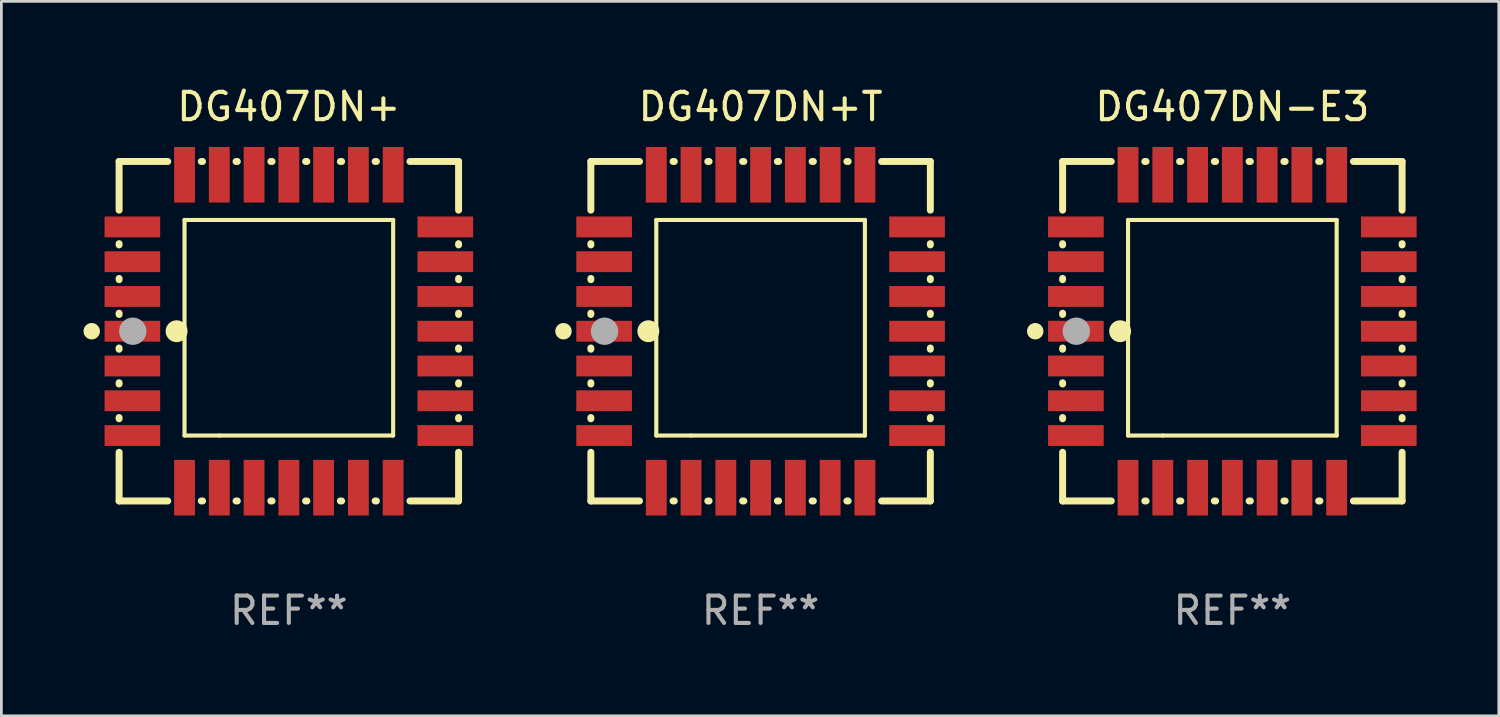
<source format=kicad_pcb>
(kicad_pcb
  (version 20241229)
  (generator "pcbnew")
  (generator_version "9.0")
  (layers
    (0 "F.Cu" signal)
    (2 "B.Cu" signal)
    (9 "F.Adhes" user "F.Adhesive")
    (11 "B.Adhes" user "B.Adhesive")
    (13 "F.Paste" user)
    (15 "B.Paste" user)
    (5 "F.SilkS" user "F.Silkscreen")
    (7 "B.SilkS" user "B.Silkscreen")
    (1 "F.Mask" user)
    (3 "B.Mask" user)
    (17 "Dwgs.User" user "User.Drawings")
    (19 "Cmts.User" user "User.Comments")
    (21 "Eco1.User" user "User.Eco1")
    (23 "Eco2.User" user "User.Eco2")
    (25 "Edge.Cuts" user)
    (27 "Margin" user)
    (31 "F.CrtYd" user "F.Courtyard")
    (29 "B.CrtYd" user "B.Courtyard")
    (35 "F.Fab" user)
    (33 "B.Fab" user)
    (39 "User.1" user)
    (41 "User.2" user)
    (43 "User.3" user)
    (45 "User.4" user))
  (footprint "DG407DN+T"
    (layer "F.Cu")
    (at 24.731 9.048)
    (property "Reference" "DG407DN+T" (at 0 -8.2 0) (layer "F.SilkS") (effects (font (size 1 1) (thickness 0.15))))
    (attr through_hole)
    (fp_line (start -6.2 -6.2) (end -4.422 -6.2) (stroke (width 0.254) (type solid)) (layer "F.SilkS"))
    (fp_line (start -6.2 -4.422) (end -6.2 -6.2) (stroke (width 0.254) (type solid)) (layer "F.SilkS"))
    (fp_line (start -6.2 -3.152) (end -6.2 -3.198) (stroke (width 0.254) (type solid)) (layer "F.SilkS"))
    (fp_line (start -6.2 -1.882) (end -6.2 -1.928) (stroke (width 0.254) (type solid)) (layer "F.SilkS"))
    (fp_line (start -6.2 -0.612) (end -6.2 -0.658) (stroke (width 0.254) (type solid)) (layer "F.SilkS"))
    (fp_line (start -6.2 0.658) (end -6.2 0.612) (stroke (width 0.254) (type solid)) (layer "F.SilkS"))
    (fp_line (start -6.2 1.928) (end -6.2 1.882) (stroke (width 0.254) (type solid)) (layer "F.SilkS"))
    (fp_line (start -6.2 3.198) (end -6.2 3.152) (stroke (width 0.254) (type solid)) (layer "F.SilkS"))
    (fp_line (start -6.2 6.2) (end -6.2 4.422) (stroke (width 0.254) (type solid)) (layer "F.SilkS"))
    (fp_line (start -4.422 6.2) (end -6.2 6.2) (stroke (width 0.254) (type solid)) (layer "F.SilkS"))
    (fp_line (start -3.81 -4.064) (end 3.81 -4.064) (stroke (width 0.15) (type solid)) (layer "F.SilkS"))
    (fp_line (start -3.81 3.81) (end -3.81 -4.064) (stroke (width 0.15) (type solid)) (layer "F.SilkS"))
    (fp_line (start -3.198 -6.2) (end -3.152 -6.2) (stroke (width 0.254) (type solid)) (layer "F.SilkS"))
    (fp_line (start -3.152 6.2) (end -3.198 6.2) (stroke (width 0.254) (type solid)) (layer "F.SilkS"))
    (fp_line (start -2.54 3.81) (end -3.81 3.81) (stroke (width 0.15) (type solid)) (layer "F.SilkS"))
    (fp_line (start -1.928 -6.2) (end -1.882 -6.2) (stroke (width 0.254) (type solid)) (layer "F.SilkS"))
    (fp_line (start -1.882 6.2) (end -1.928 6.2) (stroke (width 0.254) (type solid)) (layer "F.SilkS"))
    (fp_line (start -0.658 -6.2) (end -0.612 -6.2) (stroke (width 0.254) (type solid)) (layer "F.SilkS"))
    (fp_line (start -0.612 6.2) (end -0.658 6.2) (stroke (width 0.254) (type solid)) (layer "F.SilkS"))
    (fp_line (start 0.612 -6.2) (end 0.658 -6.2) (stroke (width 0.254) (type solid)) (layer "F.SilkS"))
    (fp_line (start 0.658 6.2) (end 0.612 6.2) (stroke (width 0.254) (type solid)) (layer "F.SilkS"))
    (fp_line (start 1.882 -6.2) (end 1.928 -6.2) (stroke (width 0.254) (type solid)) (layer "F.SilkS"))
    (fp_line (start 1.928 6.2) (end 1.882 6.2) (stroke (width 0.254) (type solid)) (layer "F.SilkS"))
    (fp_line (start 3.152 -6.2) (end 3.198 -6.2) (stroke (width 0.254) (type solid)) (layer "F.SilkS"))
    (fp_line (start 3.198 6.2) (end 3.152 6.2) (stroke (width 0.254) (type solid)) (layer "F.SilkS"))
    (fp_line (start 3.81 -4.064) (end 3.81 3.81) (stroke (width 0.15) (type solid)) (layer "F.SilkS"))
    (fp_line (start 3.81 3.81) (end -2.54 3.81) (stroke (width 0.15) (type solid)) (layer "F.SilkS"))
    (fp_line (start 4.422 -6.2) (end 6.2 -6.2) (stroke (width 0.254) (type solid)) (layer "F.SilkS"))
    (fp_line (start 6.2 -6.2) (end 6.2 -4.422) (stroke (width 0.254) (type solid)) (layer "F.SilkS"))
    (fp_line (start 6.2 -3.198) (end 6.2 -3.152) (stroke (width 0.254) (type solid)) (layer "F.SilkS"))
    (fp_line (start 6.2 -1.928) (end 6.2 -1.882) (stroke (width 0.254) (type solid)) (layer "F.SilkS"))
    (fp_line (start 6.2 -0.658) (end 6.2 -0.612) (stroke (width 0.254) (type solid)) (layer "F.SilkS"))
    (fp_line (start 6.2 0.612) (end 6.2 0.658) (stroke (width 0.254) (type solid)) (layer "F.SilkS"))
    (fp_line (start 6.2 1.882) (end 6.2 1.928) (stroke (width 0.254) (type solid)) (layer "F.SilkS"))
    (fp_line (start 6.2 3.152) (end 6.2 3.198) (stroke (width 0.254) (type solid)) (layer "F.SilkS"))
    (fp_line (start 6.2 4.422) (end 6.2 6.2) (stroke (width 0.254) (type solid)) (layer "F.SilkS"))
    (fp_line (start 6.2 6.2) (end 4.422 6.2) (stroke (width 0.254) (type solid)) (layer "F.SilkS"))
    (fp_circle (center -7.2 0) (end -7.05 0) (stroke (width 0.3) (type solid)) (fill no) (layer "F.SilkS"))
    (fp_circle (center -6.223 6.223) (end -6.193 6.223) (stroke (width 0.06) (type solid)) (fill no) (layer "F.SilkS"))
    (fp_circle (center -4.1 0) (end -3.9 0) (stroke (width 0.4) (type solid)) (fill no) (layer "F.SilkS"))
    (fp_circle (center -5.7 0) (end -5.45 0) (stroke (width 0.5) (type solid)) (fill no) (layer "F.Fab"))
    (fp_text user "REF**" (at 0 10.2 0) (layer "F.Fab") (effects (font (size 1 1) (thickness 0.15))))
    (pad "1" smd rect (at -5.715 0) (size 2.032 0.762) (layers "F.Cu" "F.Mask" "F.Paste"))
    (pad "2" smd rect (at -5.715 1.27) (size 2.032 0.762) (layers "F.Cu" "F.Mask" "F.Paste"))
    (pad "3" smd rect (at -5.715 2.54) (size 2.032 0.762) (layers "F.Cu" "F.Mask" "F.Paste"))
    (pad "4" smd rect (at -5.715 3.81) (size 2.032 0.762) (layers "F.Cu" "F.Mask" "F.Paste"))
    (pad "5" smd rect (at -3.81 5.715) (size 0.762 2.032) (layers "F.Cu" "F.Mask" "F.Paste"))
    (pad "6" smd rect (at -2.54 5.715) (size 0.762 2.032) (layers "F.Cu" "F.Mask" "F.Paste"))
    (pad "7" smd rect (at -1.27 5.715) (size 0.762 2.032) (layers "F.Cu" "F.Mask" "F.Paste"))
    (pad "8" smd rect (at 0 5.715) (size 0.762 2.032) (layers "F.Cu" "F.Mask" "F.Paste"))
    (pad "9" smd rect (at 1.27 5.715) (size 0.762 2.032) (layers "F.Cu" "F.Mask" "F.Paste"))
    (pad "10" smd rect (at 2.54 5.715) (size 0.762 2.032) (layers "F.Cu" "F.Mask" "F.Paste"))
    (pad "11" smd rect (at 3.81 5.715) (size 0.762 2.032) (layers "F.Cu" "F.Mask" "F.Paste"))
    (pad "12" smd rect (at 5.715 3.81) (size 2.032 0.762) (layers "F.Cu" "F.Mask" "F.Paste"))
    (pad "13" smd rect (at 5.715 2.54) (size 2.032 0.762) (layers "F.Cu" "F.Mask" "F.Paste"))
    (pad "14" smd rect (at 5.715 1.27) (size 2.032 0.762) (layers "F.Cu" "F.Mask" "F.Paste"))
    (pad "15" smd rect (at 5.715 0) (size 2.032 0.762) (layers "F.Cu" "F.Mask" "F.Paste"))
    (pad "16" smd rect (at 5.715 -1.27) (size 2.032 0.762) (layers "F.Cu" "F.Mask" "F.Paste"))
    (pad "17" smd rect (at 5.715 -2.54) (size 2.032 0.762) (layers "F.Cu" "F.Mask" "F.Paste"))
    (pad "18" smd rect (at 5.715 -3.81) (size 2.032 0.762) (layers "F.Cu" "F.Mask" "F.Paste"))
    (pad "19" smd rect (at 3.81 -5.715) (size 0.762 2.032) (layers "F.Cu" "F.Mask" "F.Paste"))
    (pad "20" smd rect (at 2.54 -5.715) (size 0.762 2.032) (layers "F.Cu" "F.Mask" "F.Paste"))
    (pad "21" smd rect (at 1.27 -5.715) (size 0.762 2.032) (layers "F.Cu" "F.Mask" "F.Paste"))
    (pad "22" smd rect (at 0 -5.715) (size 0.762 2.032) (layers "F.Cu" "F.Mask" "F.Paste"))
    (pad "23" smd rect (at -1.27 -5.715) (size 0.762 2.032) (layers "F.Cu" "F.Mask" "F.Paste"))
    (pad "24" smd rect (at -2.54 -5.715) (size 0.762 2.032) (layers "F.Cu" "F.Mask" "F.Paste"))
    (pad "25" smd rect (at -3.81 -5.715) (size 0.762 2.032) (layers "F.Cu" "F.Mask" "F.Paste"))
    (pad "26" smd rect (at -5.715 -3.81) (size 2.032 0.762) (layers "F.Cu" "F.Mask" "F.Paste"))
    (pad "27" smd rect (at -5.715 -2.54) (size 2.032 0.762) (layers "F.Cu" "F.Mask" "F.Paste"))
    (pad "28" smd rect (at -5.715 -1.27) (size 2.032 0.762) (layers "F.Cu" "F.Mask" "F.Paste")))
  (footprint "DG407DN+"
    (layer "F.Cu")
    (at 7.5 9.048)
    (property "Reference" "DG407DN+" (at 0 -8.2 0) (layer "F.SilkS") (effects (font (size 1 1) (thickness 0.15))))
    (attr through_hole)
    (fp_line (start -6.2 -6.2) (end -4.422 -6.2) (stroke (width 0.254) (type solid)) (layer "F.SilkS"))
    (fp_line (start -6.2 -4.422) (end -6.2 -6.2) (stroke (width 0.254) (type solid)) (layer "F.SilkS"))
    (fp_line (start -6.2 -3.152) (end -6.2 -3.198) (stroke (width 0.254) (type solid)) (layer "F.SilkS"))
    (fp_line (start -6.2 -1.882) (end -6.2 -1.928) (stroke (width 0.254) (type solid)) (layer "F.SilkS"))
    (fp_line (start -6.2 -0.612) (end -6.2 -0.658) (stroke (width 0.254) (type solid)) (layer "F.SilkS"))
    (fp_line (start -6.2 0.658) (end -6.2 0.612) (stroke (width 0.254) (type solid)) (layer "F.SilkS"))
    (fp_line (start -6.2 1.928) (end -6.2 1.882) (stroke (width 0.254) (type solid)) (layer "F.SilkS"))
    (fp_line (start -6.2 3.198) (end -6.2 3.152) (stroke (width 0.254) (type solid)) (layer "F.SilkS"))
    (fp_line (start -6.2 6.2) (end -6.2 4.422) (stroke (width 0.254) (type solid)) (layer "F.SilkS"))
    (fp_line (start -4.422 6.2) (end -6.2 6.2) (stroke (width 0.254) (type solid)) (layer "F.SilkS"))
    (fp_line (start -3.81 -4.064) (end 3.81 -4.064) (stroke (width 0.15) (type solid)) (layer "F.SilkS"))
    (fp_line (start -3.81 3.81) (end -3.81 -4.064) (stroke (width 0.15) (type solid)) (layer "F.SilkS"))
    (fp_line (start -3.198 -6.2) (end -3.152 -6.2) (stroke (width 0.254) (type solid)) (layer "F.SilkS"))
    (fp_line (start -3.152 6.2) (end -3.198 6.2) (stroke (width 0.254) (type solid)) (layer "F.SilkS"))
    (fp_line (start -2.54 3.81) (end -3.81 3.81) (stroke (width 0.15) (type solid)) (layer "F.SilkS"))
    (fp_line (start -1.928 -6.2) (end -1.882 -6.2) (stroke (width 0.254) (type solid)) (layer "F.SilkS"))
    (fp_line (start -1.882 6.2) (end -1.928 6.2) (stroke (width 0.254) (type solid)) (layer "F.SilkS"))
    (fp_line (start -0.658 -6.2) (end -0.612 -6.2) (stroke (width 0.254) (type solid)) (layer "F.SilkS"))
    (fp_line (start -0.612 6.2) (end -0.658 6.2) (stroke (width 0.254) (type solid)) (layer "F.SilkS"))
    (fp_line (start 0.612 -6.2) (end 0.658 -6.2) (stroke (width 0.254) (type solid)) (layer "F.SilkS"))
    (fp_line (start 0.658 6.2) (end 0.612 6.2) (stroke (width 0.254) (type solid)) (layer "F.SilkS"))
    (fp_line (start 1.882 -6.2) (end 1.928 -6.2) (stroke (width 0.254) (type solid)) (layer "F.SilkS"))
    (fp_line (start 1.928 6.2) (end 1.882 6.2) (stroke (width 0.254) (type solid)) (layer "F.SilkS"))
    (fp_line (start 3.152 -6.2) (end 3.198 -6.2) (stroke (width 0.254) (type solid)) (layer "F.SilkS"))
    (fp_line (start 3.198 6.2) (end 3.152 6.2) (stroke (width 0.254) (type solid)) (layer "F.SilkS"))
    (fp_line (start 3.81 -4.064) (end 3.81 3.81) (stroke (width 0.15) (type solid)) (layer "F.SilkS"))
    (fp_line (start 3.81 3.81) (end -2.54 3.81) (stroke (width 0.15) (type solid)) (layer "F.SilkS"))
    (fp_line (start 4.422 -6.2) (end 6.2 -6.2) (stroke (width 0.254) (type solid)) (layer "F.SilkS"))
    (fp_line (start 6.2 -6.2) (end 6.2 -4.422) (stroke (width 0.254) (type solid)) (layer "F.SilkS"))
    (fp_line (start 6.2 -3.198) (end 6.2 -3.152) (stroke (width 0.254) (type solid)) (layer "F.SilkS"))
    (fp_line (start 6.2 -1.928) (end 6.2 -1.882) (stroke (width 0.254) (type solid)) (layer "F.SilkS"))
    (fp_line (start 6.2 -0.658) (end 6.2 -0.612) (stroke (width 0.254) (type solid)) (layer "F.SilkS"))
    (fp_line (start 6.2 0.612) (end 6.2 0.658) (stroke (width 0.254) (type solid)) (layer "F.SilkS"))
    (fp_line (start 6.2 1.882) (end 6.2 1.928) (stroke (width 0.254) (type solid)) (layer "F.SilkS"))
    (fp_line (start 6.2 3.152) (end 6.2 3.198) (stroke (width 0.254) (type solid)) (layer "F.SilkS"))
    (fp_line (start 6.2 4.422) (end 6.2 6.2) (stroke (width 0.254) (type solid)) (layer "F.SilkS"))
    (fp_line (start 6.2 6.2) (end 4.422 6.2) (stroke (width 0.254) (type solid)) (layer "F.SilkS"))
    (fp_circle (center -7.2 0) (end -7.05 0) (stroke (width 0.3) (type solid)) (fill no) (layer "F.SilkS"))
    (fp_circle (center -6.223 6.223) (end -6.193 6.223) (stroke (width 0.06) (type solid)) (fill no) (layer "F.SilkS"))
    (fp_circle (center -4.1 0) (end -3.9 0) (stroke (width 0.4) (type solid)) (fill no) (layer "F.SilkS"))
    (fp_circle (center -5.7 0) (end -5.45 0) (stroke (width 0.5) (type solid)) (fill no) (layer "F.Fab"))
    (fp_text user "REF**" (at 0 10.2 0) (layer "F.Fab") (effects (font (size 1 1) (thickness 0.15))))
    (pad "1" smd rect (at -5.715 0) (size 2.032 0.762) (layers "F.Cu" "F.Mask" "F.Paste"))
    (pad "2" smd rect (at -5.715 1.27) (size 2.032 0.762) (layers "F.Cu" "F.Mask" "F.Paste"))
    (pad "3" smd rect (at -5.715 2.54) (size 2.032 0.762) (layers "F.Cu" "F.Mask" "F.Paste"))
    (pad "4" smd rect (at -5.715 3.81) (size 2.032 0.762) (layers "F.Cu" "F.Mask" "F.Paste"))
    (pad "5" smd rect (at -3.81 5.715) (size 0.762 2.032) (layers "F.Cu" "F.Mask" "F.Paste"))
    (pad "6" smd rect (at -2.54 5.715) (size 0.762 2.032) (layers "F.Cu" "F.Mask" "F.Paste"))
    (pad "7" smd rect (at -1.27 5.715) (size 0.762 2.032) (layers "F.Cu" "F.Mask" "F.Paste"))
    (pad "8" smd rect (at 0 5.715) (size 0.762 2.032) (layers "F.Cu" "F.Mask" "F.Paste"))
    (pad "9" smd rect (at 1.27 5.715) (size 0.762 2.032) (layers "F.Cu" "F.Mask" "F.Paste"))
    (pad "10" smd rect (at 2.54 5.715) (size 0.762 2.032) (layers "F.Cu" "F.Mask" "F.Paste"))
    (pad "11" smd rect (at 3.81 5.715) (size 0.762 2.032) (layers "F.Cu" "F.Mask" "F.Paste"))
    (pad "12" smd rect (at 5.715 3.81) (size 2.032 0.762) (layers "F.Cu" "F.Mask" "F.Paste"))
    (pad "13" smd rect (at 5.715 2.54) (size 2.032 0.762) (layers "F.Cu" "F.Mask" "F.Paste"))
    (pad "14" smd rect (at 5.715 1.27) (size 2.032 0.762) (layers "F.Cu" "F.Mask" "F.Paste"))
    (pad "15" smd rect (at 5.715 0) (size 2.032 0.762) (layers "F.Cu" "F.Mask" "F.Paste"))
    (pad "16" smd rect (at 5.715 -1.27) (size 2.032 0.762) (layers "F.Cu" "F.Mask" "F.Paste"))
    (pad "17" smd rect (at 5.715 -2.54) (size 2.032 0.762) (layers "F.Cu" "F.Mask" "F.Paste"))
    (pad "18" smd rect (at 5.715 -3.81) (size 2.032 0.762) (layers "F.Cu" "F.Mask" "F.Paste"))
    (pad "19" smd rect (at 3.81 -5.715) (size 0.762 2.032) (layers "F.Cu" "F.Mask" "F.Paste"))
    (pad "20" smd rect (at 2.54 -5.715) (size 0.762 2.032) (layers "F.Cu" "F.Mask" "F.Paste"))
    (pad "21" smd rect (at 1.27 -5.715) (size 0.762 2.032) (layers "F.Cu" "F.Mask" "F.Paste"))
    (pad "22" smd rect (at 0 -5.715) (size 0.762 2.032) (layers "F.Cu" "F.Mask" "F.Paste"))
    (pad "23" smd rect (at -1.27 -5.715) (size 0.762 2.032) (layers "F.Cu" "F.Mask" "F.Paste"))
    (pad "24" smd rect (at -2.54 -5.715) (size 0.762 2.032) (layers "F.Cu" "F.Mask" "F.Paste"))
    (pad "25" smd rect (at -3.81 -5.715) (size 0.762 2.032) (layers "F.Cu" "F.Mask" "F.Paste"))
    (pad "26" smd rect (at -5.715 -3.81) (size 2.032 0.762) (layers "F.Cu" "F.Mask" "F.Paste"))
    (pad "27" smd rect (at -5.715 -2.54) (size 2.032 0.762) (layers "F.Cu" "F.Mask" "F.Paste"))
    (pad "28" smd rect (at -5.715 -1.27) (size 2.032 0.762) (layers "F.Cu" "F.Mask" "F.Paste")))
  (footprint "DG407DN-E3"
    (layer "F.Cu")
    (at 41.962 9.048)
    (property "Reference" "DG407DN-E3" (at 0 -8.2 0) (layer "F.SilkS") (effects (font (size 1 1) (thickness 0.15))))
    (attr through_hole)
    (fp_line (start -6.2 -6.2) (end -4.422 -6.2) (stroke (width 0.254) (type solid)) (layer "F.SilkS"))
    (fp_line (start -6.2 -4.422) (end -6.2 -6.2) (stroke (width 0.254) (type solid)) (layer "F.SilkS"))
    (fp_line (start -6.2 -3.152) (end -6.2 -3.198) (stroke (width 0.254) (type solid)) (layer "F.SilkS"))
    (fp_line (start -6.2 -1.882) (end -6.2 -1.928) (stroke (width 0.254) (type solid)) (layer "F.SilkS"))
    (fp_line (start -6.2 -0.612) (end -6.2 -0.658) (stroke (width 0.254) (type solid)) (layer "F.SilkS"))
    (fp_line (start -6.2 0.658) (end -6.2 0.612) (stroke (width 0.254) (type solid)) (layer "F.SilkS"))
    (fp_line (start -6.2 1.928) (end -6.2 1.882) (stroke (width 0.254) (type solid)) (layer "F.SilkS"))
    (fp_line (start -6.2 3.198) (end -6.2 3.152) (stroke (width 0.254) (type solid)) (layer "F.SilkS"))
    (fp_line (start -6.2 6.2) (end -6.2 4.422) (stroke (width 0.254) (type solid)) (layer "F.SilkS"))
    (fp_line (start -4.422 6.2) (end -6.2 6.2) (stroke (width 0.254) (type solid)) (layer "F.SilkS"))
    (fp_line (start -3.81 -4.064) (end 3.81 -4.064) (stroke (width 0.15) (type solid)) (layer "F.SilkS"))
    (fp_line (start -3.81 3.81) (end -3.81 -4.064) (stroke (width 0.15) (type solid)) (layer "F.SilkS"))
    (fp_line (start -3.198 -6.2) (end -3.152 -6.2) (stroke (width 0.254) (type solid)) (layer "F.SilkS"))
    (fp_line (start -3.152 6.2) (end -3.198 6.2) (stroke (width 0.254) (type solid)) (layer "F.SilkS"))
    (fp_line (start -2.54 3.81) (end -3.81 3.81) (stroke (width 0.15) (type solid)) (layer "F.SilkS"))
    (fp_line (start -1.928 -6.2) (end -1.882 -6.2) (stroke (width 0.254) (type solid)) (layer "F.SilkS"))
    (fp_line (start -1.882 6.2) (end -1.928 6.2) (stroke (width 0.254) (type solid)) (layer "F.SilkS"))
    (fp_line (start -0.658 -6.2) (end -0.612 -6.2) (stroke (width 0.254) (type solid)) (layer "F.SilkS"))
    (fp_line (start -0.612 6.2) (end -0.658 6.2) (stroke (width 0.254) (type solid)) (layer "F.SilkS"))
    (fp_line (start 0.612 -6.2) (end 0.658 -6.2) (stroke (width 0.254) (type solid)) (layer "F.SilkS"))
    (fp_line (start 0.658 6.2) (end 0.612 6.2) (stroke (width 0.254) (type solid)) (layer "F.SilkS"))
    (fp_line (start 1.882 -6.2) (end 1.928 -6.2) (stroke (width 0.254) (type solid)) (layer "F.SilkS"))
    (fp_line (start 1.928 6.2) (end 1.882 6.2) (stroke (width 0.254) (type solid)) (layer "F.SilkS"))
    (fp_line (start 3.152 -6.2) (end 3.198 -6.2) (stroke (width 0.254) (type solid)) (layer "F.SilkS"))
    (fp_line (start 3.198 6.2) (end 3.152 6.2) (stroke (width 0.254) (type solid)) (layer "F.SilkS"))
    (fp_line (start 3.81 -4.064) (end 3.81 3.81) (stroke (width 0.15) (type solid)) (layer "F.SilkS"))
    (fp_line (start 3.81 3.81) (end -2.54 3.81) (stroke (width 0.15) (type solid)) (layer "F.SilkS"))
    (fp_line (start 4.422 -6.2) (end 6.2 -6.2) (stroke (width 0.254) (type solid)) (layer "F.SilkS"))
    (fp_line (start 6.2 -6.2) (end 6.2 -4.422) (stroke (width 0.254) (type solid)) (layer "F.SilkS"))
    (fp_line (start 6.2 -3.198) (end 6.2 -3.152) (stroke (width 0.254) (type solid)) (layer "F.SilkS"))
    (fp_line (start 6.2 -1.928) (end 6.2 -1.882) (stroke (width 0.254) (type solid)) (layer "F.SilkS"))
    (fp_line (start 6.2 -0.658) (end 6.2 -0.612) (stroke (width 0.254) (type solid)) (layer "F.SilkS"))
    (fp_line (start 6.2 0.612) (end 6.2 0.658) (stroke (width 0.254) (type solid)) (layer "F.SilkS"))
    (fp_line (start 6.2 1.882) (end 6.2 1.928) (stroke (width 0.254) (type solid)) (layer "F.SilkS"))
    (fp_line (start 6.2 3.152) (end 6.2 3.198) (stroke (width 0.254) (type solid)) (layer "F.SilkS"))
    (fp_line (start 6.2 4.422) (end 6.2 6.2) (stroke (width 0.254) (type solid)) (layer "F.SilkS"))
    (fp_line (start 6.2 6.2) (end 4.422 6.2) (stroke (width 0.254) (type solid)) (layer "F.SilkS"))
    (fp_circle (center -7.2 0) (end -7.05 0) (stroke (width 0.3) (type solid)) (fill no) (layer "F.SilkS"))
    (fp_circle (center -6.223 6.223) (end -6.193 6.223) (stroke (width 0.06) (type solid)) (fill no) (layer "F.SilkS"))
    (fp_circle (center -4.1 0) (end -3.9 0) (stroke (width 0.4) (type solid)) (fill no) (layer "F.SilkS"))
    (fp_circle (center -5.7 0) (end -5.45 0) (stroke (width 0.5) (type solid)) (fill no) (layer "F.Fab"))
    (fp_text user "REF**" (at 0 10.2 0) (layer "F.Fab") (effects (font (size 1 1) (thickness 0.15))))
    (pad "1" smd rect (at -5.715 0) (size 2.032 0.762) (layers "F.Cu" "F.Mask" "F.Paste"))
    (pad "2" smd rect (at -5.715 1.27) (size 2.032 0.762) (layers "F.Cu" "F.Mask" "F.Paste"))
    (pad "3" smd rect (at -5.715 2.54) (size 2.032 0.762) (layers "F.Cu" "F.Mask" "F.Paste"))
    (pad "4" smd rect (at -5.715 3.81) (size 2.032 0.762) (layers "F.Cu" "F.Mask" "F.Paste"))
    (pad "5" smd rect (at -3.81 5.715) (size 0.762 2.032) (layers "F.Cu" "F.Mask" "F.Paste"))
    (pad "6" smd rect (at -2.54 5.715) (size 0.762 2.032) (layers "F.Cu" "F.Mask" "F.Paste"))
    (pad "7" smd rect (at -1.27 5.715) (size 0.762 2.032) (layers "F.Cu" "F.Mask" "F.Paste"))
    (pad "8" smd rect (at 0 5.715) (size 0.762 2.032) (layers "F.Cu" "F.Mask" "F.Paste"))
    (pad "9" smd rect (at 1.27 5.715) (size 0.762 2.032) (layers "F.Cu" "F.Mask" "F.Paste"))
    (pad "10" smd rect (at 2.54 5.715) (size 0.762 2.032) (layers "F.Cu" "F.Mask" "F.Paste"))
    (pad "11" smd rect (at 3.81 5.715) (size 0.762 2.032) (layers "F.Cu" "F.Mask" "F.Paste"))
    (pad "12" smd rect (at 5.715 3.81) (size 2.032 0.762) (layers "F.Cu" "F.Mask" "F.Paste"))
    (pad "13" smd rect (at 5.715 2.54) (size 2.032 0.762) (layers "F.Cu" "F.Mask" "F.Paste"))
    (pad "14" smd rect (at 5.715 1.27) (size 2.032 0.762) (layers "F.Cu" "F.Mask" "F.Paste"))
    (pad "15" smd rect (at 5.715 0) (size 2.032 0.762) (layers "F.Cu" "F.Mask" "F.Paste"))
    (pad "16" smd rect (at 5.715 -1.27) (size 2.032 0.762) (layers "F.Cu" "F.Mask" "F.Paste"))
    (pad "17" smd rect (at 5.715 -2.54) (size 2.032 0.762) (layers "F.Cu" "F.Mask" "F.Paste"))
    (pad "18" smd rect (at 5.715 -3.81) (size 2.032 0.762) (layers "F.Cu" "F.Mask" "F.Paste"))
    (pad "19" smd rect (at 3.81 -5.715) (size 0.762 2.032) (layers "F.Cu" "F.Mask" "F.Paste"))
    (pad "20" smd rect (at 2.54 -5.715) (size 0.762 2.032) (layers "F.Cu" "F.Mask" "F.Paste"))
    (pad "21" smd rect (at 1.27 -5.715) (size 0.762 2.032) (layers "F.Cu" "F.Mask" "F.Paste"))
    (pad "22" smd rect (at 0 -5.715) (size 0.762 2.032) (layers "F.Cu" "F.Mask" "F.Paste"))
    (pad "23" smd rect (at -1.27 -5.715) (size 0.762 2.032) (layers "F.Cu" "F.Mask" "F.Paste"))
    (pad "24" smd rect (at -2.54 -5.715) (size 0.762 2.032) (layers "F.Cu" "F.Mask" "F.Paste"))
    (pad "25" smd rect (at -3.81 -5.715) (size 0.762 2.032) (layers "F.Cu" "F.Mask" "F.Paste"))
    (pad "26" smd rect (at -5.715 -3.81) (size 2.032 0.762) (layers "F.Cu" "F.Mask" "F.Paste"))
    (pad "27" smd rect (at -5.715 -2.54) (size 2.032 0.762) (layers "F.Cu" "F.Mask" "F.Paste"))
    (pad "28" smd rect (at -5.715 -1.27) (size 2.032 0.762) (layers "F.Cu" "F.Mask" "F.Paste")))
  (gr_rect
    (start -3 -3)
    (end 51.693 23.096)
    (stroke (width 0.1) (type default))
    (fill no)
    (layer "Edge.Cuts")))
</source>
